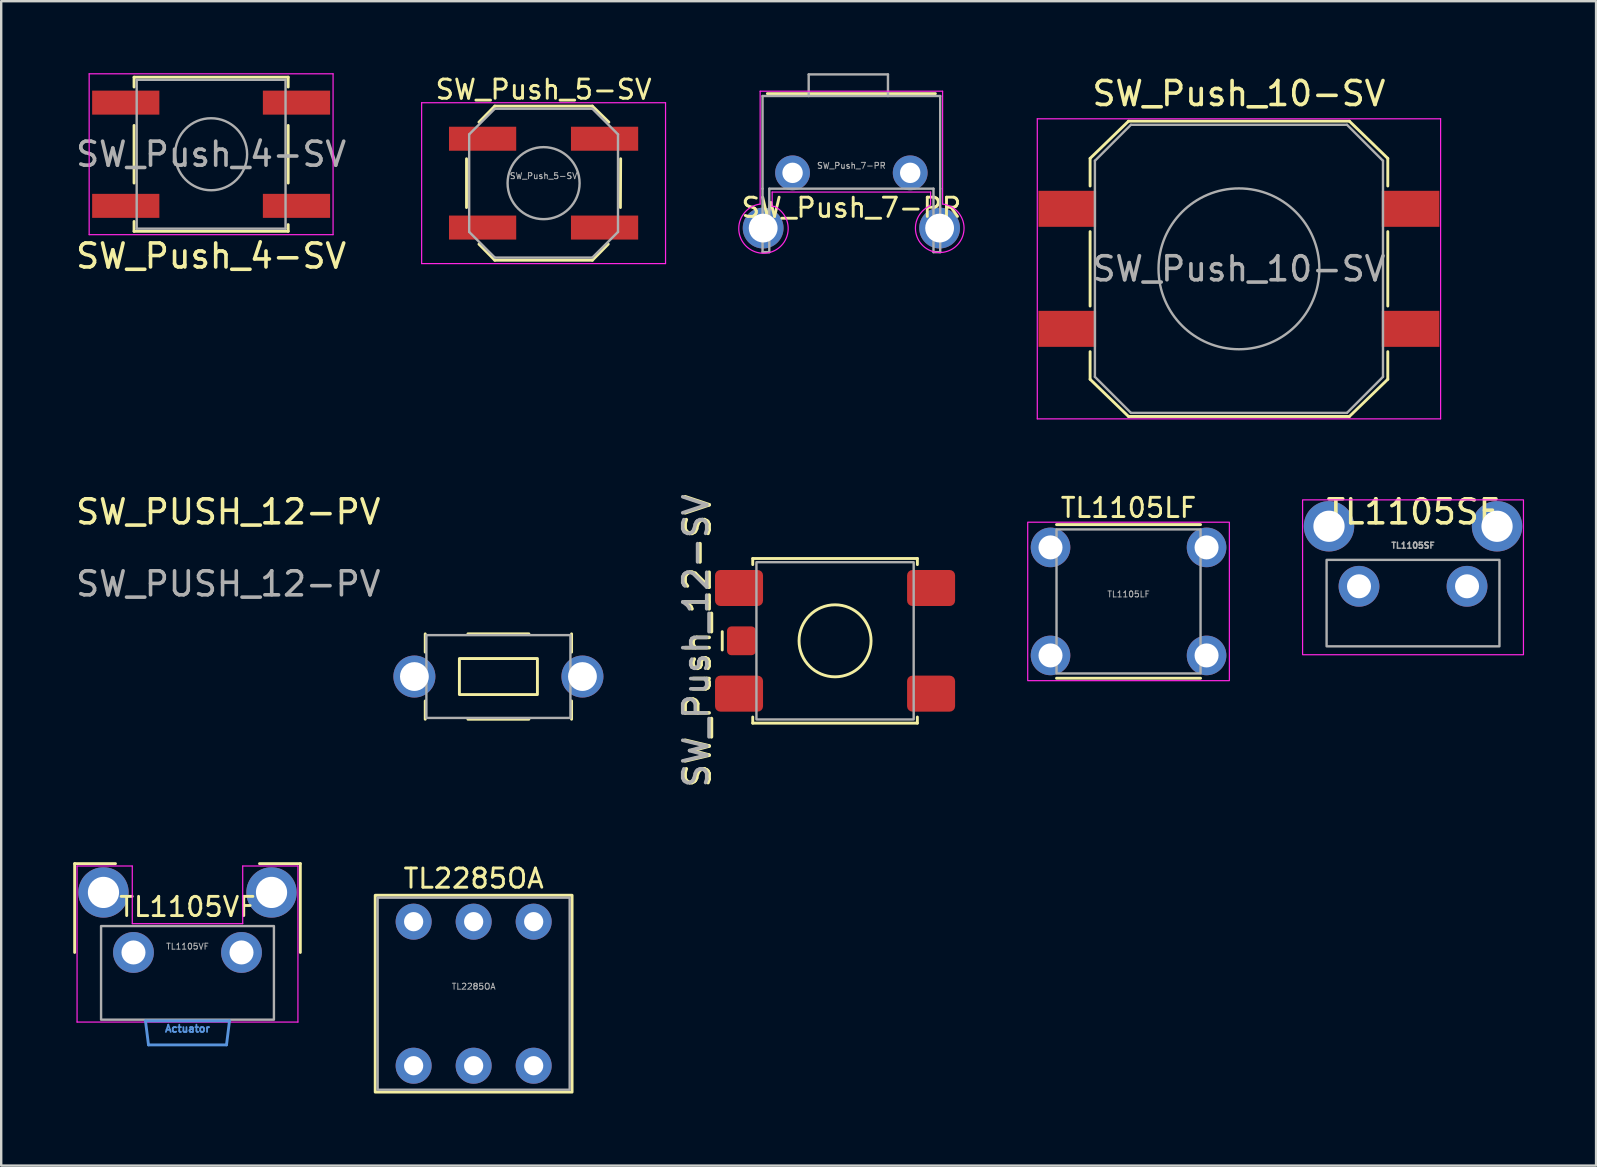
<source format=kicad_pcb>
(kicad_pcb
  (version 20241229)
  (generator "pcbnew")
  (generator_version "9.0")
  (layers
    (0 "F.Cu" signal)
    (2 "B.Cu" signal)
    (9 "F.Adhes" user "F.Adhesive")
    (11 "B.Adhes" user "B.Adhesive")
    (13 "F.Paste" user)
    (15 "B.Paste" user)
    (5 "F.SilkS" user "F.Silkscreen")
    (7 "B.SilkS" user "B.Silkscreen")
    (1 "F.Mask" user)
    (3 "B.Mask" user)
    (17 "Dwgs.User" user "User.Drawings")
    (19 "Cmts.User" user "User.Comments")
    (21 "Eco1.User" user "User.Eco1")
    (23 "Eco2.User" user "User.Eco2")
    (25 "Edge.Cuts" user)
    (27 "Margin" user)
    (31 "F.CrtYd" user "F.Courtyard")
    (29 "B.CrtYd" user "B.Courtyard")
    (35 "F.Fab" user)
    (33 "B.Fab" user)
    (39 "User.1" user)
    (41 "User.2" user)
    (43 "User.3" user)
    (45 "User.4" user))
  (footprint "SW_Push_12-SV"
    (layer "F.Cu")
    (at 31.734 23.643)
    (property "Reference" "SW_Push_12-SV" (at -5.7 0 90) (unlocked yes) (layer "F.SilkS") (effects (font (size 1 1) (thickness 0.15))))
    (attr smd)
    (fp_line (start -4.699 -0.381) (end -4.699 0.381) (stroke (width 0.12) (type solid)) (layer "F.SilkS"))
    (fp_line (start -3.429 -3.429) (end 3.429 -3.429) (stroke (width 0.12) (type solid)) (layer "F.SilkS"))
    (fp_line (start -3.429 -3.175) (end -3.429 -3.429) (stroke (width 0.12) (type solid)) (layer "F.SilkS"))
    (fp_line (start -3.429 3.429) (end -3.429 3.175) (stroke (width 0.12) (type solid)) (layer "F.SilkS"))
    (fp_line (start 3.429 -3.429) (end 3.429 -3.175) (stroke (width 0.12) (type solid)) (layer "F.SilkS"))
    (fp_line (start 3.429 3.175) (end 3.429 3.429) (stroke (width 0.12) (type solid)) (layer "F.SilkS"))
    (fp_line (start 3.429 3.429) (end -3.429 3.429) (stroke (width 0.12) (type solid)) (layer "F.SilkS"))
    (fp_circle (center 0 0) (end 1.5 0) (stroke (width 0.12) (type solid)) (fill no) (layer "F.SilkS"))
    (fp_rect (start -3.275 -3.275) (end 3.275 3.275) (stroke (width 0.1) (type solid)) (fill no) (layer "F.Fab"))
    (fp_text user "${REFERENCE}" (at -5.8 0 90) (unlocked yes) (layer "F.Fab") (effects (font (size 1 1) (thickness 0.15))))
    (pad "1" smd roundrect (at -4 -2.2) (size 2 1.5) (layers "F.Cu" "F.Mask" "F.Paste") (roundrect_rratio 0.15))
    (pad "2" smd roundrect (at 4 -2.2) (size 2 1.5) (layers "F.Cu" "F.Mask" "F.Paste") (roundrect_rratio 0.15))
    (pad "3" smd roundrect (at -4 2.2) (size 2 1.5) (layers "F.Cu" "F.Mask" "F.Paste") (roundrect_rratio 0.15))
    (pad "4" smd roundrect (at 4 2.2) (size 2 1.5) (layers "F.Cu" "F.Mask" "F.Paste") (roundrect_rratio 0.15))
    (pad "5" smd roundrect (at -3.9 0) (size 1.2 1.2) (layers "F.Cu" "F.Mask" "F.Paste") (roundrect_rratio 0.15)))
  (footprint "SW_Push_7-PR"
    (layer "F.Cu")
    (at 32.414 4.15)
    (property "Reference" "SW_Push_7-PR" (at 0 1.45 0) (unlocked yes) (layer "F.SilkS") (effects (font (size 0.8 0.8) (thickness 0.12))))
    (attr through_hole)
    (fp_line (start -3.5 -3.3) (end 3.5 -3.3) (stroke (width 0.12) (type solid)) (layer "F.SilkS"))
    (fp_line (start -3.8 -3.4) (end -3.8 1.3) (stroke (width 0.05) (type solid)) (layer "F.CrtYd"))
    (fp_line (start -3.3 0.8) (end 3.3 0.8) (stroke (width 0.05) (type solid)) (layer "F.CrtYd"))
    (fp_line (start -3.3 1.4) (end -3.3 0.8) (stroke (width 0.05) (type solid)) (layer "F.CrtYd"))
    (fp_line (start -3.2 1.4) (end -3.3 1.4) (stroke (width 0.05) (type solid)) (layer "F.CrtYd"))
    (fp_line (start 3.3 0.8) (end 3.3 1.3) (stroke (width 0.05) (type solid)) (layer "F.CrtYd"))
    (fp_line (start 3.3 1.3) (end 3.266 1.382) (stroke (width 0.05) (type solid)) (layer "F.CrtYd"))
    (fp_line (start 3.8 -3.4) (end -3.8 -3.4) (stroke (width 0.05) (type solid)) (layer "F.CrtYd"))
    (fp_line (start 3.8 -3.4) (end 3.8 1.3) (stroke (width 0.05) (type solid)) (layer "F.CrtYd"))
    (fp_arc (start -3.2 1.4) (mid -3.830907 3.335442) (end -3.8 1.3) (stroke (width 0.05) (type solid)) (layer "F.CrtYd"))
    (fp_arc (start 3.8 1.3) (mid 3.833942 3.306439) (end 3.266436 1.381631) (stroke (width 0.05) (type solid)) (layer "F.CrtYd"))
    (fp_line (start -3.7 -3.2) (end 3.7 -3.2) (stroke (width 0.1) (type solid)) (layer "F.Fab"))
    (fp_line (start -3.7 0.66) (end -3.7 -3.2) (stroke (width 0.1) (type solid)) (layer "F.Fab"))
    (fp_line (start -3.7 3.302) (end -3.7 0.66) (stroke (width 0.1) (type solid)) (layer "F.Fab"))
    (fp_line (start -3.42 0.66) (end -3.42 3.302) (stroke (width 0.1) (type solid)) (layer "F.Fab"))
    (fp_line (start -3.42 3.302) (end -3.7 3.302) (stroke (width 0.1) (type solid)) (layer "F.Fab"))
    (fp_line (start -1.778 -4.1) (end 1.524 -4.1) (stroke (width 0.1) (type solid)) (layer "F.Fab"))
    (fp_line (start -1.778 -3.2) (end -1.778 -4.1) (stroke (width 0.1) (type solid)) (layer "F.Fab"))
    (fp_line (start 1.524 -4.1) (end 1.524 -3.2) (stroke (width 0.1) (type solid)) (layer "F.Fab"))
    (fp_line (start 3.42 0.66) (end -3.42 0.66) (stroke (width 0.1) (type solid)) (layer "F.Fab"))
    (fp_line (start 3.42 3.302) (end 3.42 0.66) (stroke (width 0.1) (type solid)) (layer "F.Fab"))
    (fp_line (start 3.7 -3.2) (end 3.7 0.66) (stroke (width 0.1) (type solid)) (layer "F.Fab"))
    (fp_line (start 3.7 0.66) (end 3.7 3.302) (stroke (width 0.1) (type solid)) (layer "F.Fab"))
    (fp_line (start 3.7 3.302) (end 3.42 3.302) (stroke (width 0.1) (type solid)) (layer "F.Fab"))
    (fp_text user "${REFERENCE}" (at 0 -0.3 0) (unlocked yes) (layer "F.Fab") (effects (font (size 0.25 0.25) (thickness 0.04))))
    (pad "1" thru_hole circle (at -2.45 0) (size 1.45 1.45) (drill 0.85) (layers "*.Cu" "*.Mask"))
    (pad "2" thru_hole circle (at 2.45 0) (size 1.45 1.45) (drill 0.85) (layers "*.Cu" "*.Mask"))
    (pad "3" thru_hole circle (at -3.675 2.3) (size 1.7 1.7) (drill 1.2) (layers "*.Cu" "*.Mask"))
    (pad "3" thru_hole circle (at 3.675 2.3) (size 1.7 1.7) (drill 1.2) (layers "*.Cu" "*.Mask")))
  (footprint "TL1105LF"
    (layer "F.Cu")
    (at 43.959 22.002)
    (property "Reference" "TL1105LF" (at 0 -3.9 0) (unlocked yes) (layer "F.SilkS") (effects (font (size 0.8 0.8) (thickness 0.12))))
    (attr through_hole)
    (fp_line (start -3 -3.2) (end 3 -3.2) (stroke (width 0.12) (type default)) (layer "F.SilkS"))
    (fp_line (start -3 3.2) (end 3 3.2) (stroke (width 0.12) (type default)) (layer "F.SilkS"))
    (fp_rect (start -4.2 -3.3) (end 4.2 3.3) (stroke (width 0.05) (type default)) (fill no) (layer "F.CrtYd"))
    (fp_rect (start -3 -3) (end 3 3) (stroke (width 0.1) (type default)) (fill no) (layer "F.Fab"))
    (fp_text user "${REFERENCE}" (at 0 -0.3 0) (unlocked yes) (layer "F.Fab") (effects (font (size 0.25 0.25) (thickness 0.04))))
    (pad "1" thru_hole circle (at -3.25 -2.25) (size 1.65 1.65) (drill 1) (layers "*.Cu" "*.Mask"))
    (pad "1" thru_hole circle (at 3.25 -2.25) (size 1.65 1.65) (drill 1) (layers "*.Cu" "*.Mask"))
    (pad "2" thru_hole circle (at -3.25 2.25) (size 1.65 1.65) (drill 1) (layers "*.Cu" "*.Mask"))
    (pad "2" thru_hole circle (at 3.25 2.25) (size 1.65 1.65) (drill 1) (layers "*.Cu" "*.Mask")))
  (footprint "TL2285OA"
    (layer "F.Cu")
    (at 16.68 38.342)
    (property "Reference" "TL2285OA" (at 0 -4.8 0) (unlocked yes) (layer "F.SilkS") (effects (font (size 0.8 0.8) (thickness 0.12))))
    (attr through_hole)
    (fp_rect (start -4.1 -4.1) (end 4.1 4.1) (stroke (width 0.12) (type default)) (fill no) (layer "F.SilkS"))
    (fp_rect (start -4 -4) (end 4 4) (stroke (width 0.1) (type default)) (fill no) (layer "F.Fab"))
    (fp_text user "${REFERENCE}" (at 0 -0.3 0) (unlocked yes) (layer "F.Fab") (effects (font (size 0.25 0.25) (thickness 0.04))))
    (pad "1" thru_hole circle (at -2.5 -3) (size 1.5 1.5) (drill 0.8) (layers "*.Cu" "*.Mask"))
    (pad "2" thru_hole circle (at 0 -3) (size 1.5 1.5) (drill 0.8) (layers "*.Cu" "*.Mask"))
    (pad "3" thru_hole circle (at 2.5 -3) (size 1.5 1.5) (drill 0.8) (layers "*.Cu" "*.Mask"))
    (pad "4" thru_hole circle (at -2.5 3) (size 1.5 1.5) (drill 0.8) (layers "*.Cu" "*.Mask"))
    (pad "5" thru_hole circle (at 0 3) (size 1.5 1.5) (drill 0.8) (layers "*.Cu" "*.Mask"))
    (pad "6" thru_hole circle (at 2.5 3) (size 1.5 1.5) (drill 0.8) (layers "*.Cu" "*.Mask")))
  (footprint "SW_Push_5-SV"
    (layer "F.Cu")
    (at 19.593 4.579)
    (property "Reference" "SW_Push_5-SV" (at 0 -3.9 0) (layer "F.SilkS") (effects (font (size 0.8 0.8) (thickness 0.12))))
    (attr smd)
    (fp_line (start -3.21 -1.016) (end -3.21 1.016) (stroke (width 0.12) (type solid)) (layer "F.SilkS"))
    (fp_line (start -2.692 2.54) (end -2.032 3.21) (stroke (width 0.12) (type solid)) (layer "F.SilkS"))
    (fp_line (start -2.032 -3.21) (end -2.692 -2.54) (stroke (width 0.12) (type solid)) (layer "F.SilkS"))
    (fp_line (start -2.032 3.21) (end 2.032 3.21) (stroke (width 0.12) (type solid)) (layer "F.SilkS"))
    (fp_line (start 2.032 -3.21) (end -2.032 -3.21) (stroke (width 0.12) (type solid)) (layer "F.SilkS"))
    (fp_line (start 2.032 3.21) (end 2.692 2.54) (stroke (width 0.12) (type solid)) (layer "F.SilkS"))
    (fp_line (start 2.718 -2.54) (end 2.032 -3.21) (stroke (width 0.12) (type solid)) (layer "F.SilkS"))
    (fp_line (start 3.2 1.016) (end 3.21 -1.016) (stroke (width 0.12) (type solid)) (layer "F.SilkS"))
    (fp_line (start -5.08 -3.35) (end 5.08 -3.35) (stroke (width 0.05) (type solid)) (layer "F.CrtYd"))
    (fp_line (start -5.08 3.35) (end -5.08 -3.35) (stroke (width 0.05) (type solid)) (layer "F.CrtYd"))
    (fp_line (start 5.08 -3.35) (end 5.08 3.35) (stroke (width 0.05) (type solid)) (layer "F.CrtYd"))
    (fp_line (start 5.08 3.35) (end -5.08 3.35) (stroke (width 0.05) (type solid)) (layer "F.CrtYd"))
    (fp_line (start -3.1 -2.032) (end -2.032 -3.1) (stroke (width 0.1) (type solid)) (layer "F.Fab"))
    (fp_line (start -3.1 2.032) (end -3.1 -2.032) (stroke (width 0.1) (type solid)) (layer "F.Fab"))
    (fp_line (start -2.032 -3.1) (end 2.032 -3.1) (stroke (width 0.1) (type solid)) (layer "F.Fab"))
    (fp_line (start -2.032 3.1) (end -3.1 2.032) (stroke (width 0.1) (type solid)) (layer "F.Fab"))
    (fp_line (start 2.032 -3.1) (end 3.1 -2.032) (stroke (width 0.1) (type solid)) (layer "F.Fab"))
    (fp_line (start 2.032 3.1) (end -2.032 3.1) (stroke (width 0.1) (type solid)) (layer "F.Fab"))
    (fp_line (start 3.1 -2.032) (end 3.1 2.032) (stroke (width 0.1) (type solid)) (layer "F.Fab"))
    (fp_line (start 3.1 2.032) (end 2.032 3.1) (stroke (width 0.1) (type solid)) (layer "F.Fab"))
    (fp_circle (center 0 0) (end 1.5 0) (stroke (width 0.1) (type solid)) (fill no) (layer "F.Fab"))
    (fp_text user "${REFERENCE}" (at 0 -0.3 0) (layer "F.Fab") (effects (font (size 0.25 0.25) (thickness 0.04))))
    (pad "1" smd rect (at -2.54 -1.85) (size 2.8 1) (layers "F.Cu" "F.Mask" "F.Paste"))
    (pad "1" smd rect (at 2.54 -1.85) (size 2.8 1) (layers "F.Cu" "F.Mask" "F.Paste"))
    (pad "2" smd rect (at -2.54 1.85) (size 2.8 1) (layers "F.Cu" "F.Mask" "F.Paste"))
    (pad "2" smd rect (at 2.54 1.85) (size 2.8 1) (layers "F.Cu" "F.Mask" "F.Paste")))
  (footprint "TL1105SF"
    (layer "F.Cu")
    (at 55.809 21.372)
    (property "Reference" "TL1105SF" (at 0 -3.1 0) (unlocked yes) (layer "F.SilkS") (effects (font (size 1 1) (thickness 0.15))))
    (attr through_hole)
    (fp_rect (start -4.6 -3.6) (end 4.6 2.85) (stroke (width 0.05) (type default)) (fill no) (layer "F.CrtYd"))
    (fp_rect (start -3.6 -1.1) (end 3.6 2.5) (stroke (width 0.1) (type default)) (fill no) (layer "F.Fab"))
    (fp_text user "${REFERENCE}" (at 0 -1.7 0) (unlocked yes) (layer "F.Fab") (effects (font (size 0.25 0.25) (thickness 0.062))))
    (pad "1" thru_hole circle (at -2.25 0 180) (size 1.7 1.7) (drill 1) (layers "*.Cu" "*.Mask"))
    (pad "2" thru_hole circle (at 2.25 0 180) (size 1.7 1.7) (drill 1) (layers "*.Cu" "*.Mask"))
    (pad "3" thru_hole circle (at -3.5 -2.5 180) (size 2.1 2.1) (drill 1.3) (layers "*.Cu" "*.Mask"))
    (pad "3" thru_hole circle (at 3.5 -2.5 180) (size 2.1 2.1) (drill 1.3) (layers "*.Cu" "*.Mask")))
  (footprint "SW_Push_10-SV"
    (layer "F.Cu")
    (at 48.558 8.148)
    (property "Reference" "SW_Push_10-SV" (at 0 -7.3 0) (layer "F.SilkS") (effects (font (size 1 1) (thickness 0.15))))
    (attr smd)
    (fp_line (start -6.2 -4.6) (end -4.6 -6.15) (stroke (width 0.12) (type solid)) (layer "F.SilkS"))
    (fp_line (start -6.2 -3.45) (end -6.2 -4.6) (stroke (width 0.12) (type solid)) (layer "F.SilkS"))
    (fp_line (start -6.2 -1.55) (end -6.2 1.55) (stroke (width 0.12) (type solid)) (layer "F.SilkS"))
    (fp_line (start -6.2 3.45) (end -6.2 4.6) (stroke (width 0.12) (type solid)) (layer "F.SilkS"))
    (fp_line (start -6.2 4.6) (end -4.6 6.15) (stroke (width 0.12) (type solid)) (layer "F.SilkS"))
    (fp_line (start -4.6 -6.15) (end 4.6 -6.15) (stroke (width 0.12) (type solid)) (layer "F.SilkS"))
    (fp_line (start -4.6 6.15) (end 4.6 6.15) (stroke (width 0.12) (type solid)) (layer "F.SilkS"))
    (fp_line (start 4.6 -6.15) (end 6.2 -4.6) (stroke (width 0.12) (type solid)) (layer "F.SilkS"))
    (fp_line (start 4.6 6.15) (end 6.2 4.6) (stroke (width 0.12) (type solid)) (layer "F.SilkS"))
    (fp_line (start 6.2 -3.45) (end 6.2 -4.6) (stroke (width 0.12) (type solid)) (layer "F.SilkS"))
    (fp_line (start 6.2 -1.55) (end 6.2 1.55) (stroke (width 0.12) (type solid)) (layer "F.SilkS"))
    (fp_line (start 6.2 3.45) (end 6.2 4.6) (stroke (width 0.12) (type solid)) (layer "F.SilkS"))
    (fp_line (start -8.4 -6.25) (end 8.4 -6.25) (stroke (width 0.05) (type solid)) (layer "F.CrtYd"))
    (fp_line (start -8.4 6.25) (end -8.4 -6.25) (stroke (width 0.05) (type solid)) (layer "F.CrtYd"))
    (fp_line (start 8.4 -6.25) (end 8.4 6.25) (stroke (width 0.05) (type solid)) (layer "F.CrtYd"))
    (fp_line (start 8.4 6.25) (end -8.4 6.25) (stroke (width 0.05) (type solid)) (layer "F.CrtYd"))
    (fp_line (start -6 -4.5) (end -6 4.5) (stroke (width 0.1) (type solid)) (layer "F.Fab"))
    (fp_line (start -6 -4.5) (end -4.5 -6) (stroke (width 0.1) (type solid)) (layer "F.Fab"))
    (fp_line (start -4.5 6) (end -6 4.5) (stroke (width 0.1) (type solid)) (layer "F.Fab"))
    (fp_line (start -4.5 6) (end 4.5 6) (stroke (width 0.1) (type solid)) (layer "F.Fab"))
    (fp_line (start 4.5 -6) (end -4.5 -6) (stroke (width 0.1) (type solid)) (layer "F.Fab"))
    (fp_line (start 4.5 -6) (end 6 -4.5) (stroke (width 0.1) (type solid)) (layer "F.Fab"))
    (fp_line (start 6 4.5) (end 4.5 6) (stroke (width 0.1) (type solid)) (layer "F.Fab"))
    (fp_line (start 6 4.5) (end 6 -4.5) (stroke (width 0.1) (type solid)) (layer "F.Fab"))
    (fp_circle (center 0 0) (end 3.35 0) (stroke (width 0.1) (type solid)) (fill no) (layer "F.Fab"))
    (fp_text user "${REFERENCE}" (at 0 0 0) (layer "F.Fab") (effects (font (size 1 1) (thickness 0.15))))
    (pad "1" smd rect (at -7.15 -2.5) (size 2.4 1.5) (layers "F.Cu" "F.Mask" "F.Paste"))
    (pad "1" smd rect (at 7.15 -2.5) (size 2.4 1.5) (layers "F.Cu" "F.Mask" "F.Paste"))
    (pad "2" smd rect (at -7.15 2.5) (size 2.4 1.5) (layers "F.Cu" "F.Mask" "F.Paste"))
    (pad "2" smd rect (at 7.15 2.5) (size 2.4 1.5) (layers "F.Cu" "F.Mask" "F.Paste")))
  (footprint "TL1105VF"
    (layer "F.Cu")
    (at 4.76 36.624)
    (property "Reference" "TL1105VF" (at 0 -1.9 0) (unlocked yes) (layer "F.SilkS") (effects (font (size 0.8 0.8) (thickness 0.12))))
    (attr through_hole)
    (fp_line (start -4.7 -3.7) (end -3 -3.7) (stroke (width 0.12) (type default)) (layer "F.SilkS"))
    (fp_line (start -4.7 0) (end -4.7 -3.7) (stroke (width 0.12) (type default)) (layer "F.SilkS"))
    (fp_line (start 4.7 -3.7) (end 3 -3.7) (stroke (width 0.12) (type default)) (layer "F.SilkS"))
    (fp_line (start 4.7 0) (end 4.7 -3.7) (stroke (width 0.12) (type default)) (layer "F.SilkS"))
    (fp_line (start -1.75 2.85) (end 1.75 2.85) (stroke (width 0.12) (type default)) (layer "Cmts.User"))
    (fp_line (start -1.625 3.85) (end -1.75 2.85) (stroke (width 0.12) (type default)) (layer "Cmts.User"))
    (fp_line (start -1.625 3.85) (end 1.625 3.85) (stroke (width 0.12) (type default)) (layer "Cmts.User"))
    (fp_line (start 1.625 3.85) (end 1.75 2.85) (stroke (width 0.12) (type default)) (layer "Cmts.User"))
    (fp_line (start -4.6 -3.6) (end -4.6 2.9) (stroke (width 0.05) (type default)) (layer "F.CrtYd"))
    (fp_line (start -4.6 2.9) (end 4.6 2.9) (stroke (width 0.05) (type default)) (layer "F.CrtYd"))
    (fp_line (start -2.3 -3.6) (end -4.6 -3.6) (stroke (width 0.05) (type default)) (layer "F.CrtYd"))
    (fp_line (start -2.3 -1.2) (end -2.3 -3.6) (stroke (width 0.05) (type default)) (layer "F.CrtYd"))
    (fp_line (start 2.3 -3.6) (end 2.3 -1.2) (stroke (width 0.05) (type default)) (layer "F.CrtYd"))
    (fp_line (start 2.3 -1.2) (end -2.3 -1.2) (stroke (width 0.05) (type default)) (layer "F.CrtYd"))
    (fp_line (start 4.6 -3.6) (end 2.3 -3.6) (stroke (width 0.05) (type default)) (layer "F.CrtYd"))
    (fp_line (start 4.6 2.9) (end 4.6 -3.6) (stroke (width 0.05) (type default)) (layer "F.CrtYd"))
    (fp_rect (start -3.6 -1.1) (end 3.6 2.8) (stroke (width 0.1) (type default)) (fill no) (layer "F.Fab"))
    (fp_text user "Actuator" (at 0 3.175 0) (unlocked yes) (layer "Cmts.User") (effects (font (size 0.3 0.3) (thickness 0.075))))
    (fp_text user "${REFERENCE}" (at 0 -0.25 0) (unlocked yes) (layer "F.Fab") (effects (font (size 0.25 0.25) (thickness 0.04))))
    (pad "1" thru_hole circle (at -2.25 0 180) (size 1.7 1.7) (drill 1) (layers "*.Cu" "*.Mask"))
    (pad "2" thru_hole circle (at 2.25 0 180) (size 1.7 1.7) (drill 1) (layers "*.Cu" "*.Mask"))
    (pad "3" thru_hole circle (at -3.5 -2.5 180) (size 2.1 2.1) (drill 1.3) (layers "*.Cu" "*.Mask"))
    (pad "3" thru_hole circle (at 3.5 -2.5 180) (size 2.1 2.1) (drill 1.3) (layers "*.Cu" "*.Mask")))
  (footprint "SW_PUSH_12-PV"
    (layer "F.Cu")
    (at 17.711 25.131)
    (property "Reference" "SW_PUSH_12-PV" (at -11.252 -6.859 0) (unlocked yes) (layer "F.SilkS") (effects (font (size 1 1) (thickness 0.15))))
    (attr through_hole)
    (fp_line (start -3.048 -1.016) (end -3.048 -1.778) (stroke (width 0.12) (type solid)) (layer "F.SilkS"))
    (fp_line (start -3.048 1.778) (end -3.048 1.016) (stroke (width 0.12) (type solid)) (layer "F.SilkS"))
    (fp_line (start -1.27 -1.778) (end 1.27 -1.778) (stroke (width 0.12) (type solid)) (layer "F.SilkS"))
    (fp_line (start 1.27 1.778) (end -1.27 1.778) (stroke (width 0.12) (type solid)) (layer "F.SilkS"))
    (fp_line (start 3.048 -1.778) (end 3.048 -1.016) (stroke (width 0.12) (type solid)) (layer "F.SilkS"))
    (fp_line (start 3.048 1.016) (end 3.048 1.778) (stroke (width 0.12) (type solid)) (layer "F.SilkS"))
    (fp_rect (start -1.625 -0.75) (end 1.625 0.75) (stroke (width 0.12) (type solid)) (fill no) (layer "F.SilkS"))
    (fp_rect (start -3 -1.725) (end 3 1.725) (stroke (width 0.1) (type solid)) (fill no) (layer "F.Fab"))
    (fp_text user "${REFERENCE}" (at -11.252 -3.859 0) (unlocked yes) (layer "F.Fab") (effects (font (size 1 1) (thickness 0.15))))
    (pad "1" thru_hole circle (at -3.5 0) (size 1.75 1.75) (drill 1.2) (layers "*.Cu" "*.Mask"))
    (pad "2" thru_hole circle (at 3.5 0) (size 1.75 1.75) (drill 1.2) (layers "*.Cu" "*.Mask")))
  (footprint "SW_Push_4-SV"
    (layer "F.Cu")
    (at 5.744 3.375)
    (property "Reference" "SW_Push_4-SV" (at 0 4.24 0) (layer "F.SilkS") (effects (font (size 1 1) (thickness 0.15))))
    (attr smd)
    (fp_line (start -3.21 -3.21) (end -3.21 -2.8) (stroke (width 0.12) (type solid)) (layer "F.SilkS"))
    (fp_line (start -3.21 -1.2) (end -3.21 1.2) (stroke (width 0.12) (type solid)) (layer "F.SilkS"))
    (fp_line (start -3.21 2.8) (end -3.21 3.21) (stroke (width 0.12) (type solid)) (layer "F.SilkS"))
    (fp_line (start -3.21 3.21) (end 3.21 3.21) (stroke (width 0.12) (type solid)) (layer "F.SilkS"))
    (fp_line (start 3.21 -3.21) (end -3.21 -3.21) (stroke (width 0.12) (type solid)) (layer "F.SilkS"))
    (fp_line (start 3.21 -2.8) (end 3.21 -3.21) (stroke (width 0.12) (type solid)) (layer "F.SilkS"))
    (fp_line (start 3.21 1.2) (end 3.21 -1.2) (stroke (width 0.12) (type solid)) (layer "F.SilkS"))
    (fp_line (start 3.21 3.21) (end 3.21 2.93) (stroke (width 0.12) (type solid)) (layer "F.SilkS"))
    (fp_line (start -5.08 -3.35) (end 5.08 -3.35) (stroke (width 0.05) (type solid)) (layer "F.CrtYd"))
    (fp_line (start -5.08 3.35) (end -5.08 -3.35) (stroke (width 0.05) (type solid)) (layer "F.CrtYd"))
    (fp_line (start 5.08 -3.35) (end 5.08 3.35) (stroke (width 0.05) (type solid)) (layer "F.CrtYd"))
    (fp_line (start 5.08 3.35) (end -5.08 3.35) (stroke (width 0.05) (type solid)) (layer "F.CrtYd"))
    (fp_line (start -3.1 -3.1) (end 3.1 -3.1) (stroke (width 0.1) (type solid)) (layer "F.Fab"))
    (fp_line (start -3.1 3.1) (end -3.1 -3.1) (stroke (width 0.1) (type solid)) (layer "F.Fab"))
    (fp_line (start 3.1 -3.1) (end 3.1 3.1) (stroke (width 0.1) (type solid)) (layer "F.Fab"))
    (fp_line (start 3.1 3.1) (end -3.1 3.1) (stroke (width 0.1) (type solid)) (layer "F.Fab"))
    (fp_circle (center 0 0) (end 1.5 0) (stroke (width 0.1) (type solid)) (fill no) (layer "F.Fab"))
    (fp_text user "${REFERENCE}" (at 0 0 0) (layer "F.Fab") (effects (font (size 1 1) (thickness 0.15))))
    (pad "1" smd rect (at -3.556 -2.15) (size 2.8 1) (layers "F.Cu" "F.Mask" "F.Paste"))
    (pad "1" smd rect (at 3.556 -2.15) (size 2.8 1) (layers "F.Cu" "F.Mask" "F.Paste"))
    (pad "2" smd rect (at -3.556 2.15) (size 2.8 1) (layers "F.Cu" "F.Mask" "F.Paste"))
    (pad "2" smd rect (at 3.556 2.15) (size 2.8 1) (layers "F.Cu" "F.Mask" "F.Paste")))
  (gr_rect
    (start -3 -3)
    (end 63.434 45.502)
    (stroke (width 0.1) (type default))
    (fill no)
    (layer "Edge.Cuts")))
</source>
